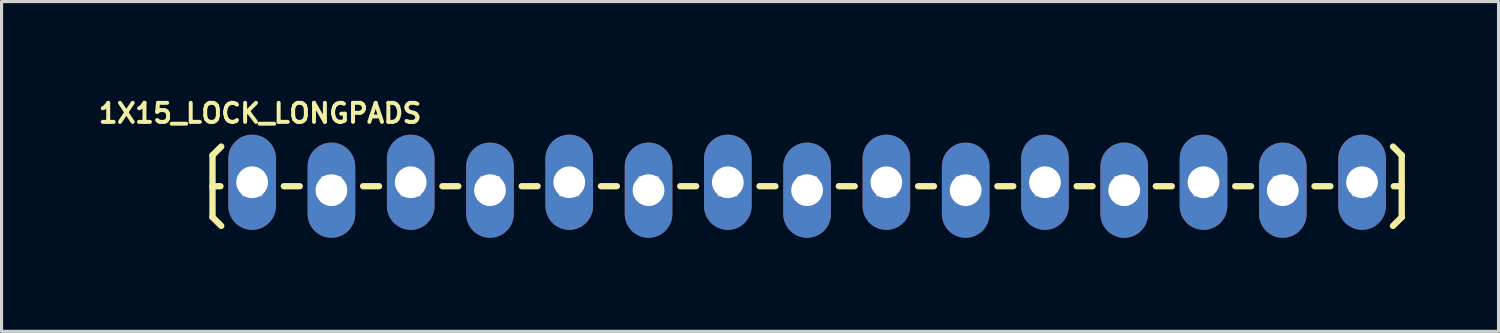
<source format=kicad_pcb>
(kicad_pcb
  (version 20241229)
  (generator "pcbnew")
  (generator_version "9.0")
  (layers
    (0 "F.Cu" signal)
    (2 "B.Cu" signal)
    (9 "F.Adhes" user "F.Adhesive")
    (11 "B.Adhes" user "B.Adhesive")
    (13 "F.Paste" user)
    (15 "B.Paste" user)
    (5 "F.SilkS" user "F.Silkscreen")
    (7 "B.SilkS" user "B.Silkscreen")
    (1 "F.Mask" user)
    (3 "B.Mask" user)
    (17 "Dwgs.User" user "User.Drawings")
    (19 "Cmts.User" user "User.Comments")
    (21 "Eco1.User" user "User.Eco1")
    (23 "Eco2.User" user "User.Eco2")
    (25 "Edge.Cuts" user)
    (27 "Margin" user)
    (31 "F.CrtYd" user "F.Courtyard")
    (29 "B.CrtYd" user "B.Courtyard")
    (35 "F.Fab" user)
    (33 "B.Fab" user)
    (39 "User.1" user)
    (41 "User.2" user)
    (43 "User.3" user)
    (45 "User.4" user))
  (footprint "1X15_LOCK_LONGPADS"
    (layer "F.Cu")
    (at 5.028 2.916)
    (property "Reference" "1X15_LOCK_LONGPADS" (at 0.254 -2.337 0) (layer "F.SilkS") (effects (font (size 0.61 0.61) (thickness 0.127))))
    (attr exclude_from_pos_files exclude_from_bom)
    (fp_line (start -1.27 -0.991) (end -0.991 -1.27) (stroke (width 0.203) (type solid)) (layer "F.SilkS"))
    (fp_line (start -1.27 0) (end -1.27 -0.991) (stroke (width 0.203) (type solid)) (layer "F.SilkS"))
    (fp_line (start -1.27 0) (end -1.27 0.991) (stroke (width 0.203) (type solid)) (layer "F.SilkS"))
    (fp_line (start -1.27 0) (end -1.016 0) (stroke (width 0.203) (type solid)) (layer "F.SilkS"))
    (fp_line (start -1.27 0.991) (end -0.991 1.27) (stroke (width 0.203) (type solid)) (layer "F.SilkS"))
    (fp_line (start 1.524 0) (end 1.016 0) (stroke (width 0.203) (type solid)) (layer "F.SilkS"))
    (fp_line (start 4.064 0) (end 3.556 0) (stroke (width 0.203) (type solid)) (layer "F.SilkS"))
    (fp_line (start 6.604 0) (end 6.096 0) (stroke (width 0.203) (type solid)) (layer "F.SilkS"))
    (fp_line (start 9.144 0) (end 8.636 0) (stroke (width 0.203) (type solid)) (layer "F.SilkS"))
    (fp_line (start 11.684 0) (end 11.176 0) (stroke (width 0.203) (type solid)) (layer "F.SilkS"))
    (fp_line (start 14.224 0) (end 13.716 0) (stroke (width 0.203) (type solid)) (layer "F.SilkS"))
    (fp_line (start 16.764 0) (end 16.256 0) (stroke (width 0.203) (type solid)) (layer "F.SilkS"))
    (fp_line (start 19.304 0) (end 18.796 0) (stroke (width 0.203) (type solid)) (layer "F.SilkS"))
    (fp_line (start 21.844 0) (end 21.336 0) (stroke (width 0.203) (type solid)) (layer "F.SilkS"))
    (fp_line (start 24.384 0) (end 23.876 0) (stroke (width 0.203) (type solid)) (layer "F.SilkS"))
    (fp_line (start 26.924 0) (end 26.416 0) (stroke (width 0.203) (type solid)) (layer "F.SilkS"))
    (fp_line (start 29.464 0) (end 28.953 0) (stroke (width 0.203) (type solid)) (layer "F.SilkS"))
    (fp_line (start 32.004 0) (end 31.496 0) (stroke (width 0.203) (type solid)) (layer "F.SilkS"))
    (fp_line (start 34.544 0) (end 34.036 0) (stroke (width 0.203) (type solid)) (layer "F.SilkS"))
    (fp_line (start 36.83 -0.991) (end 36.551 -1.27) (stroke (width 0.203) (type solid)) (layer "F.SilkS"))
    (fp_line (start 36.83 0) (end 36.576 0) (stroke (width 0.203) (type solid)) (layer "F.SilkS"))
    (fp_line (start 36.83 0) (end 36.83 -0.991) (stroke (width 0.203) (type solid)) (layer "F.SilkS"))
    (fp_line (start 36.83 0) (end 36.83 0.991) (stroke (width 0.203) (type solid)) (layer "F.SilkS"))
    (fp_line (start 36.83 0.991) (end 36.551 1.27) (stroke (width 0.203) (type solid)) (layer "F.SilkS"))
    (fp_line (start -0.292 -0.292) (end 0.292 -0.292) (stroke (width 0.066) (type solid)) (layer "Dwgs.User"))
    (fp_line (start -0.292 0.292) (end -0.292 -0.292) (stroke (width 0.066) (type solid)) (layer "Dwgs.User"))
    (fp_line (start -0.292 0.292) (end 0.292 0.292) (stroke (width 0.066) (type solid)) (layer "Dwgs.User"))
    (fp_line (start 0.292 0.292) (end 0.292 -0.292) (stroke (width 0.066) (type solid)) (layer "Dwgs.User"))
    (fp_line (start 2.248 -0.292) (end 2.832 -0.292) (stroke (width 0.066) (type solid)) (layer "Dwgs.User"))
    (fp_line (start 2.248 0.292) (end 2.248 -0.292) (stroke (width 0.066) (type solid)) (layer "Dwgs.User"))
    (fp_line (start 2.248 0.292) (end 2.832 0.292) (stroke (width 0.066) (type solid)) (layer "Dwgs.User"))
    (fp_line (start 2.832 0.292) (end 2.832 -0.292) (stroke (width 0.066) (type solid)) (layer "Dwgs.User"))
    (fp_line (start 4.788 -0.292) (end 5.372 -0.292) (stroke (width 0.066) (type solid)) (layer "Dwgs.User"))
    (fp_line (start 4.788 0.292) (end 4.788 -0.292) (stroke (width 0.066) (type solid)) (layer "Dwgs.User"))
    (fp_line (start 4.788 0.292) (end 5.372 0.292) (stroke (width 0.066) (type solid)) (layer "Dwgs.User"))
    (fp_line (start 5.372 0.292) (end 5.372 -0.292) (stroke (width 0.066) (type solid)) (layer "Dwgs.User"))
    (fp_line (start 7.328 -0.292) (end 7.912 -0.292) (stroke (width 0.066) (type solid)) (layer "Dwgs.User"))
    (fp_line (start 7.328 0.292) (end 7.328 -0.292) (stroke (width 0.066) (type solid)) (layer "Dwgs.User"))
    (fp_line (start 7.328 0.292) (end 7.912 0.292) (stroke (width 0.066) (type solid)) (layer "Dwgs.User"))
    (fp_line (start 7.912 0.292) (end 7.912 -0.292) (stroke (width 0.066) (type solid)) (layer "Dwgs.User"))
    (fp_line (start 9.868 -0.292) (end 10.452 -0.292) (stroke (width 0.066) (type solid)) (layer "Dwgs.User"))
    (fp_line (start 9.868 0.292) (end 9.868 -0.292) (stroke (width 0.066) (type solid)) (layer "Dwgs.User"))
    (fp_line (start 9.868 0.292) (end 10.452 0.292) (stroke (width 0.066) (type solid)) (layer "Dwgs.User"))
    (fp_line (start 10.452 0.292) (end 10.452 -0.292) (stroke (width 0.066) (type solid)) (layer "Dwgs.User"))
    (fp_line (start 12.408 -0.292) (end 12.992 -0.292) (stroke (width 0.066) (type solid)) (layer "Dwgs.User"))
    (fp_line (start 12.408 0.292) (end 12.408 -0.292) (stroke (width 0.066) (type solid)) (layer "Dwgs.User"))
    (fp_line (start 12.408 0.292) (end 12.992 0.292) (stroke (width 0.066) (type solid)) (layer "Dwgs.User"))
    (fp_line (start 12.992 0.292) (end 12.992 -0.292) (stroke (width 0.066) (type solid)) (layer "Dwgs.User"))
    (fp_line (start 14.948 -0.292) (end 15.532 -0.292) (stroke (width 0.066) (type solid)) (layer "Dwgs.User"))
    (fp_line (start 14.948 0.292) (end 14.948 -0.292) (stroke (width 0.066) (type solid)) (layer "Dwgs.User"))
    (fp_line (start 14.948 0.292) (end 15.532 0.292) (stroke (width 0.066) (type solid)) (layer "Dwgs.User"))
    (fp_line (start 15.532 0.292) (end 15.532 -0.292) (stroke (width 0.066) (type solid)) (layer "Dwgs.User"))
    (fp_line (start 17.488 -0.292) (end 18.072 -0.292) (stroke (width 0.066) (type solid)) (layer "Dwgs.User"))
    (fp_line (start 17.488 0.292) (end 17.488 -0.292) (stroke (width 0.066) (type solid)) (layer "Dwgs.User"))
    (fp_line (start 17.488 0.292) (end 18.072 0.292) (stroke (width 0.066) (type solid)) (layer "Dwgs.User"))
    (fp_line (start 18.072 0.292) (end 18.072 -0.292) (stroke (width 0.066) (type solid)) (layer "Dwgs.User"))
    (fp_line (start 20.028 -0.292) (end 20.612 -0.292) (stroke (width 0.066) (type solid)) (layer "Dwgs.User"))
    (fp_line (start 20.028 0.292) (end 20.028 -0.292) (stroke (width 0.066) (type solid)) (layer "Dwgs.User"))
    (fp_line (start 20.028 0.292) (end 20.612 0.292) (stroke (width 0.066) (type solid)) (layer "Dwgs.User"))
    (fp_line (start 20.612 0.292) (end 20.612 -0.292) (stroke (width 0.066) (type solid)) (layer "Dwgs.User"))
    (fp_line (start 22.568 -0.292) (end 23.152 -0.292) (stroke (width 0.066) (type solid)) (layer "Dwgs.User"))
    (fp_line (start 22.568 0.292) (end 22.568 -0.292) (stroke (width 0.066) (type solid)) (layer "Dwgs.User"))
    (fp_line (start 22.568 0.292) (end 23.152 0.292) (stroke (width 0.066) (type solid)) (layer "Dwgs.User"))
    (fp_line (start 23.152 0.292) (end 23.152 -0.292) (stroke (width 0.066) (type solid)) (layer "Dwgs.User"))
    (fp_line (start 25.108 -0.292) (end 25.692 -0.292) (stroke (width 0.066) (type solid)) (layer "Dwgs.User"))
    (fp_line (start 25.108 0.292) (end 25.108 -0.292) (stroke (width 0.066) (type solid)) (layer "Dwgs.User"))
    (fp_line (start 25.108 0.292) (end 25.692 0.292) (stroke (width 0.066) (type solid)) (layer "Dwgs.User"))
    (fp_line (start 25.692 0.292) (end 25.692 -0.292) (stroke (width 0.066) (type solid)) (layer "Dwgs.User"))
    (fp_line (start 27.648 -0.292) (end 28.232 -0.292) (stroke (width 0.066) (type solid)) (layer "Dwgs.User"))
    (fp_line (start 27.648 0.292) (end 27.648 -0.292) (stroke (width 0.066) (type solid)) (layer "Dwgs.User"))
    (fp_line (start 27.648 0.292) (end 28.232 0.292) (stroke (width 0.066) (type solid)) (layer "Dwgs.User"))
    (fp_line (start 28.232 0.292) (end 28.232 -0.292) (stroke (width 0.066) (type solid)) (layer "Dwgs.User"))
    (fp_line (start 30.185 -0.292) (end 30.772 -0.292) (stroke (width 0.066) (type solid)) (layer "Dwgs.User"))
    (fp_line (start 30.185 0.292) (end 30.185 -0.292) (stroke (width 0.066) (type solid)) (layer "Dwgs.User"))
    (fp_line (start 30.185 0.292) (end 30.772 0.292) (stroke (width 0.066) (type solid)) (layer "Dwgs.User"))
    (fp_line (start 30.772 0.292) (end 30.772 -0.292) (stroke (width 0.066) (type solid)) (layer "Dwgs.User"))
    (fp_line (start 32.728 -0.292) (end 33.312 -0.292) (stroke (width 0.066) (type solid)) (layer "Dwgs.User"))
    (fp_line (start 32.728 0.292) (end 32.728 -0.292) (stroke (width 0.066) (type solid)) (layer "Dwgs.User"))
    (fp_line (start 32.728 0.292) (end 33.312 0.292) (stroke (width 0.066) (type solid)) (layer "Dwgs.User"))
    (fp_line (start 33.312 0.292) (end 33.312 -0.292) (stroke (width 0.066) (type solid)) (layer "Dwgs.User"))
    (fp_line (start 35.268 -0.292) (end 35.852 -0.292) (stroke (width 0.066) (type solid)) (layer "Dwgs.User"))
    (fp_line (start 35.268 0.292) (end 35.268 -0.292) (stroke (width 0.066) (type solid)) (layer "Dwgs.User"))
    (fp_line (start 35.268 0.292) (end 35.852 0.292) (stroke (width 0.066) (type solid)) (layer "Dwgs.User"))
    (fp_line (start 35.852 0.292) (end 35.852 -0.292) (stroke (width 0.066) (type solid)) (layer "Dwgs.User"))
    (pad "1" thru_hole oval (at 0 -0.127 180) (size 1.524 3.048) (drill 1.016) (layers "*.Cu" "*.Paste" "*.Mask"))
    (pad "2" thru_hole oval (at 2.54 0.127 180) (size 1.524 3.048) (drill 1.016) (layers "*.Cu" "*.Paste" "*.Mask"))
    (pad "3" thru_hole oval (at 5.08 -0.127 180) (size 1.524 3.048) (drill 1.016) (layers "*.Cu" "*.Paste" "*.Mask"))
    (pad "4" thru_hole oval (at 7.62 0.127 180) (size 1.524 3.048) (drill 1.016) (layers "*.Cu" "*.Paste" "*.Mask"))
    (pad "5" thru_hole oval (at 10.16 -0.127 180) (size 1.524 3.048) (drill 1.016) (layers "*.Cu" "*.Paste" "*.Mask"))
    (pad "6" thru_hole oval (at 12.7 0.127 180) (size 1.524 3.048) (drill 1.016) (layers "*.Cu" "*.Paste" "*.Mask"))
    (pad "7" thru_hole oval (at 15.24 -0.127 180) (size 1.524 3.048) (drill 1.016) (layers "*.Cu" "*.Paste" "*.Mask"))
    (pad "8" thru_hole oval (at 17.78 0.127 180) (size 1.524 3.048) (drill 1.016) (layers "*.Cu" "*.Paste" "*.Mask"))
    (pad "9" thru_hole oval (at 20.32 -0.127 180) (size 1.524 3.048) (drill 1.016) (layers "*.Cu" "*.Paste" "*.Mask"))
    (pad "10" thru_hole oval (at 22.86 0.127 180) (size 1.524 3.048) (drill 1.016) (layers "*.Cu" "*.Paste" "*.Mask"))
    (pad "11" thru_hole oval (at 25.4 -0.127 180) (size 1.524 3.048) (drill 1.016) (layers "*.Cu" "*.Paste" "*.Mask"))
    (pad "12" thru_hole oval (at 27.94 0.127 180) (size 1.524 3.048) (drill 1.016) (layers "*.Cu" "*.Paste" "*.Mask"))
    (pad "13" thru_hole oval (at 30.48 -0.127 180) (size 1.524 3.048) (drill 1.016) (layers "*.Cu" "*.Paste" "*.Mask"))
    (pad "14" thru_hole oval (at 33.02 0.127 180) (size 1.524 3.048) (drill 1.016) (layers "*.Cu" "*.Paste" "*.Mask"))
    (pad "15" thru_hole oval (at 35.56 -0.127 180) (size 1.524 3.048) (drill 1.016) (layers "*.Cu" "*.Paste" "*.Mask")))
  (gr_rect
    (start -3 -3)
    (end 44.96 7.567)
    (stroke (width 0.1) (type default))
    (fill no)
    (layer "Edge.Cuts")))
</source>
